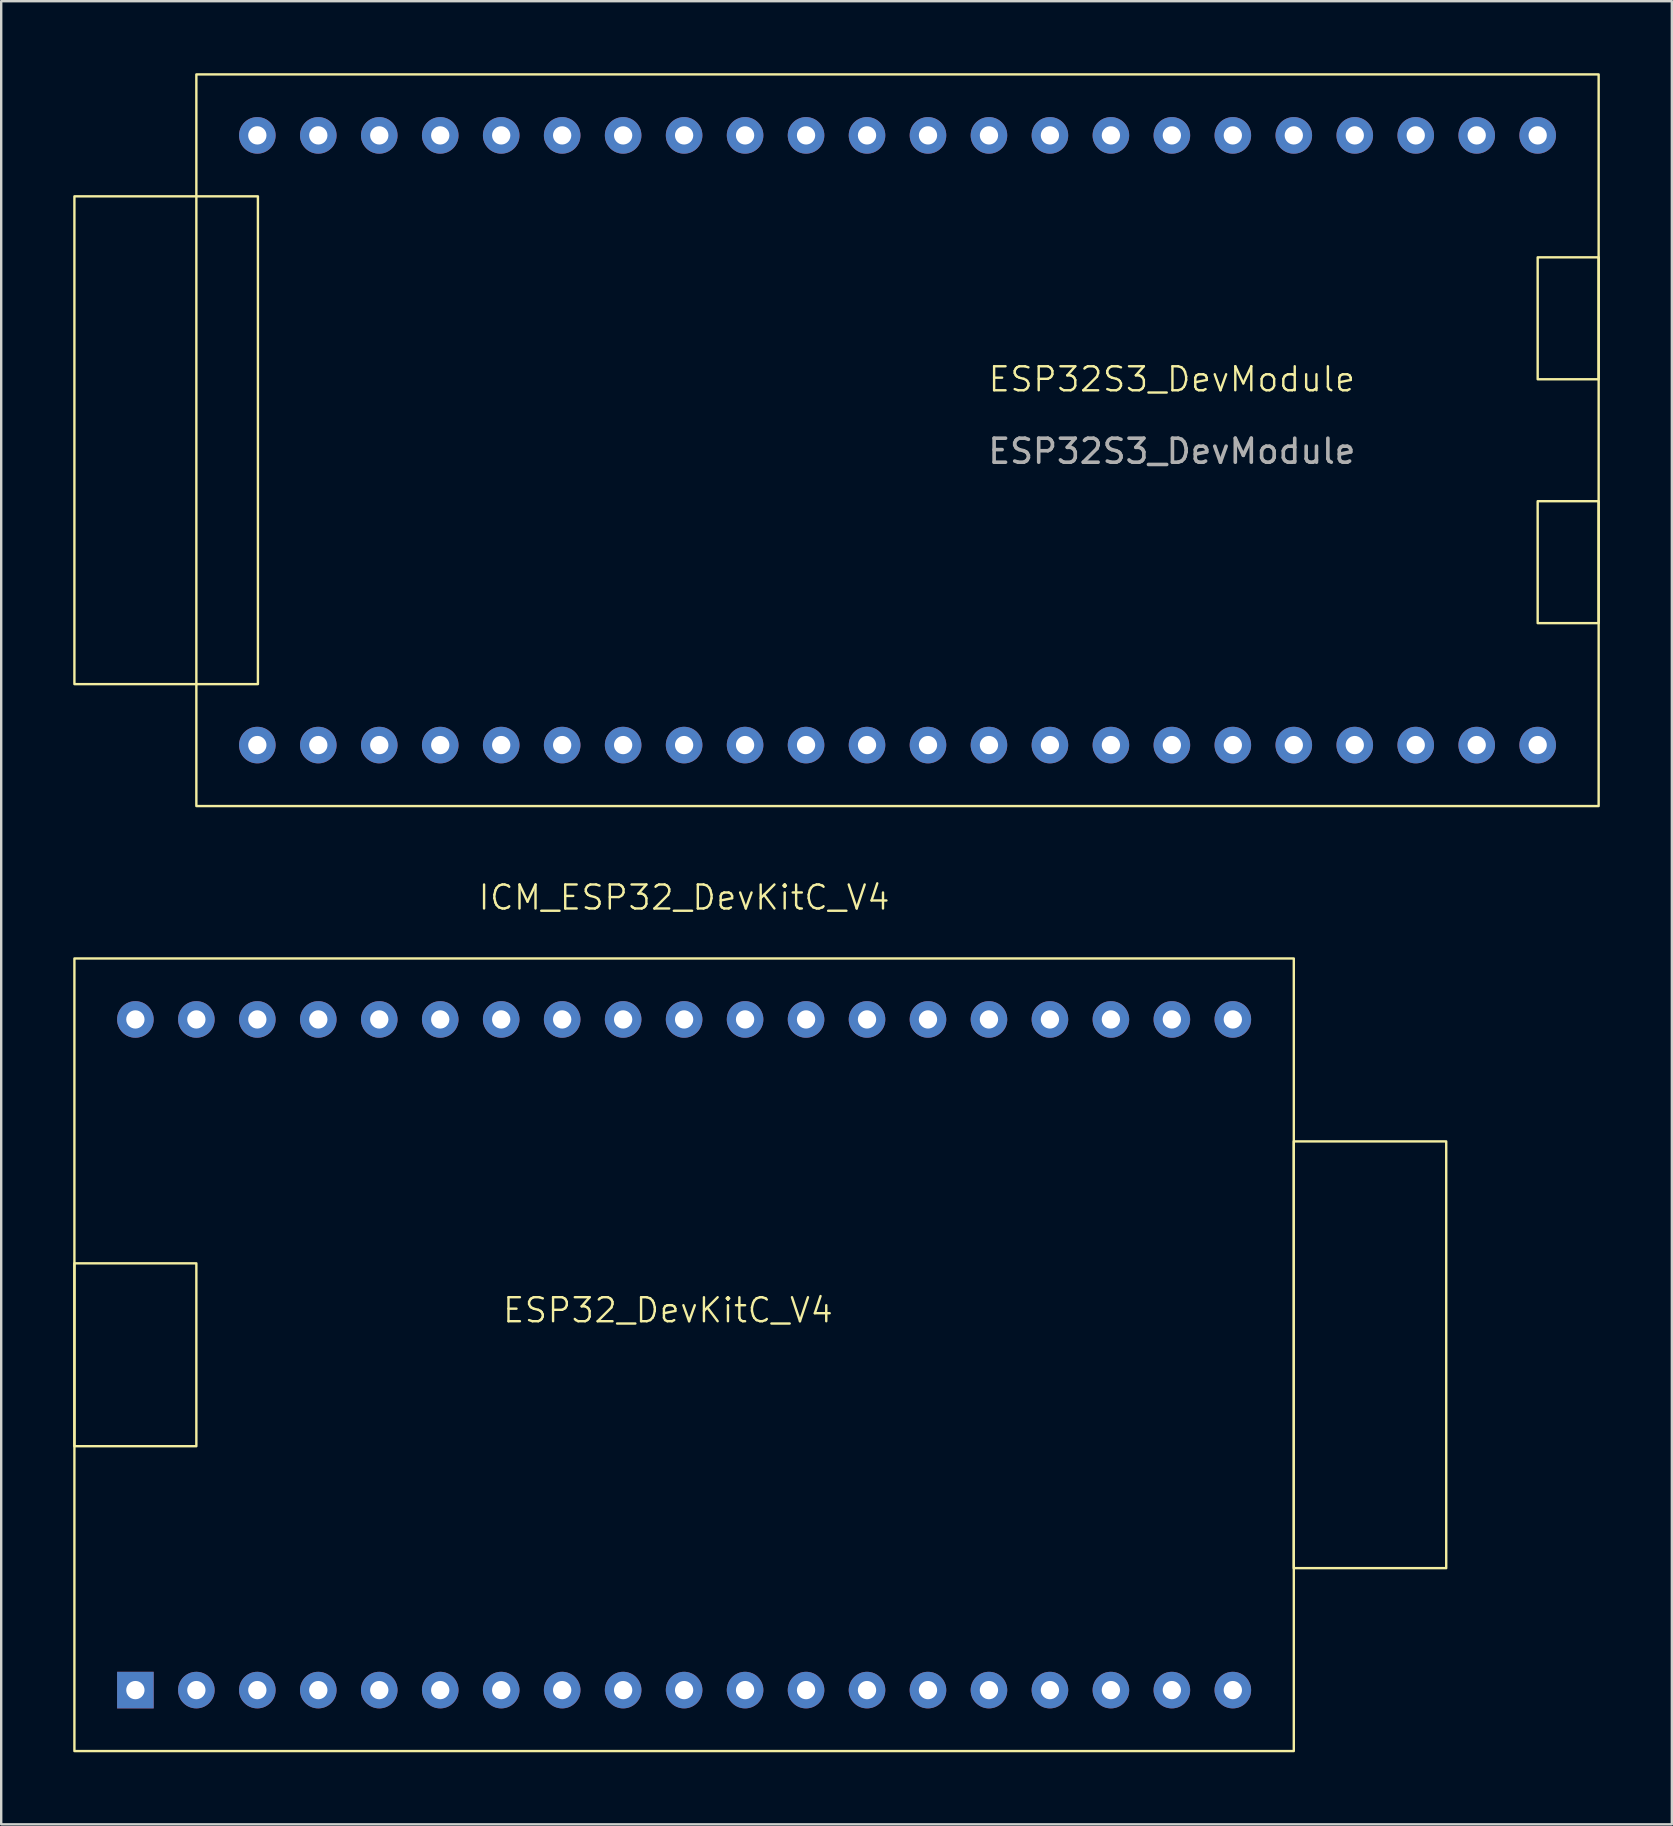
<source format=kicad_pcb>
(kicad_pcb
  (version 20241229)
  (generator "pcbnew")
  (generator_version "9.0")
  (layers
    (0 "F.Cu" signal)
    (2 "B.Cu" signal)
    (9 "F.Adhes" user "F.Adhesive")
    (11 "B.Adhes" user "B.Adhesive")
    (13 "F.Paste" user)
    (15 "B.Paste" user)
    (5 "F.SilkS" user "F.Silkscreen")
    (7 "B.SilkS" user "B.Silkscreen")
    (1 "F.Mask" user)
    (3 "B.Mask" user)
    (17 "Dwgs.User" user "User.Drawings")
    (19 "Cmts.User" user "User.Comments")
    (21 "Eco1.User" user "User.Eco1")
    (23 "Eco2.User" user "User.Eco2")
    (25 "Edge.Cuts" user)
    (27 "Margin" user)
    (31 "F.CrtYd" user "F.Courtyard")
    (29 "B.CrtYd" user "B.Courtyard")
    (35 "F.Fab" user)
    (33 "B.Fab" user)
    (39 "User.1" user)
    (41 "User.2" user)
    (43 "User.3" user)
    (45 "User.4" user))
  (footprint "ICM_ESP32_DevKitC_V4"
    (layer "F.Cu")
    (at 25.45 52.12)
    (property "Reference" "ICM_ESP32_DevKitC_V4" (at 0 -17.78 0) (unlocked yes) (layer "F.SilkS") (effects (font (size 1 1) (thickness 0.1))))
    (attr through_hole)
    (fp_rect (start -25.4 -15.24) (end 25.4 17.78) (stroke (width 0.1) (type solid)) (fill no) (layer "F.SilkS"))
    (fp_rect (start -25.4 -2.54) (end -20.32 5.08) (stroke (width 0.1) (type default)) (fill no) (layer "F.SilkS"))
    (fp_rect (start 25.4 -7.62) (end 31.75 10.16) (stroke (width 0.1) (type default)) (fill no) (layer "F.SilkS"))
    (fp_text user "ESP32_DevKitC_V4" (at -7.62 0 0) (unlocked yes) (layer "F.SilkS") (effects (font (size 1 1) (thickness 0.1)) (justify left bottom)))
    (pad "1" thru_hole rect (at -22.86 15.24) (size 1.524 1.524) (drill 0.762) (layers "*.Cu" "*.Mask"))
    (pad "2" thru_hole circle (at -20.32 15.24) (size 1.524 1.524) (drill 0.762) (layers "*.Cu" "*.Mask"))
    (pad "3" thru_hole circle (at -17.78 15.24) (size 1.524 1.524) (drill 0.762) (layers "*.Cu" "*.Mask"))
    (pad "4" thru_hole circle (at -15.24 15.24) (size 1.524 1.524) (drill 0.762) (layers "*.Cu" "*.Mask"))
    (pad "5" thru_hole circle (at -12.7 15.24) (size 1.524 1.524) (drill 0.762) (layers "*.Cu" "*.Mask"))
    (pad "6" thru_hole circle (at -10.16 15.24) (size 1.524 1.524) (drill 0.762) (layers "*.Cu" "*.Mask"))
    (pad "7" thru_hole circle (at -7.62 15.24) (size 1.524 1.524) (drill 0.762) (layers "*.Cu" "*.Mask"))
    (pad "8" thru_hole circle (at -5.08 15.24) (size 1.524 1.524) (drill 0.762) (layers "*.Cu" "*.Mask"))
    (pad "9" thru_hole circle (at -2.54 15.24) (size 1.524 1.524) (drill 0.762) (layers "*.Cu" "*.Mask"))
    (pad "10" thru_hole circle (at 0 15.24) (size 1.524 1.524) (drill 0.762) (layers "*.Cu" "*.Mask"))
    (pad "11" thru_hole circle (at 2.54 15.24) (size 1.524 1.524) (drill 0.762) (layers "*.Cu" "*.Mask"))
    (pad "12" thru_hole circle (at 5.08 15.24) (size 1.524 1.524) (drill 0.762) (layers "*.Cu" "*.Mask"))
    (pad "13" thru_hole circle (at 7.62 15.24) (size 1.524 1.524) (drill 0.762) (layers "*.Cu" "*.Mask"))
    (pad "14" thru_hole circle (at 10.16 15.24) (size 1.524 1.524) (drill 0.762) (layers "*.Cu" "*.Mask"))
    (pad "15" thru_hole circle (at 12.7 15.24) (size 1.524 1.524) (drill 0.762) (layers "*.Cu" "*.Mask"))
    (pad "16" thru_hole circle (at 15.24 15.24) (size 1.524 1.524) (drill 0.762) (layers "*.Cu" "*.Mask"))
    (pad "17" thru_hole circle (at 17.78 15.24) (size 1.524 1.524) (drill 0.762) (layers "*.Cu" "*.Mask"))
    (pad "18" thru_hole circle (at 20.32 15.24) (size 1.524 1.524) (drill 0.762) (layers "*.Cu" "*.Mask"))
    (pad "19" thru_hole circle (at 22.86 15.24) (size 1.524 1.524) (drill 0.762) (layers "*.Cu" "*.Mask"))
    (pad "20" thru_hole circle (at 22.86 -12.7) (size 1.524 1.524) (drill 0.762) (layers "*.Cu" "*.Mask"))
    (pad "21" thru_hole circle (at 20.32 -12.7) (size 1.524 1.524) (drill 0.762) (layers "*.Cu" "*.Mask"))
    (pad "22" thru_hole circle (at 17.78 -12.7) (size 1.524 1.524) (drill 0.762) (layers "*.Cu" "*.Mask"))
    (pad "23" thru_hole circle (at 15.24 -12.7) (size 1.524 1.524) (drill 0.762) (layers "*.Cu" "*.Mask"))
    (pad "24" thru_hole circle (at 12.7 -12.7) (size 1.524 1.524) (drill 0.762) (layers "*.Cu" "*.Mask"))
    (pad "25" thru_hole circle (at 10.16 -12.7) (size 1.524 1.524) (drill 0.762) (layers "*.Cu" "*.Mask"))
    (pad "26" thru_hole circle (at 7.62 -12.7) (size 1.524 1.524) (drill 0.762) (layers "*.Cu" "*.Mask"))
    (pad "27" thru_hole circle (at 5.08 -12.7) (size 1.524 1.524) (drill 0.762) (layers "*.Cu" "*.Mask"))
    (pad "28" thru_hole circle (at 2.54 -12.7) (size 1.524 1.524) (drill 0.762) (layers "*.Cu" "*.Mask"))
    (pad "29" thru_hole circle (at 0 -12.7) (size 1.524 1.524) (drill 0.762) (layers "*.Cu" "*.Mask"))
    (pad "30" thru_hole circle (at -2.54 -12.7) (size 1.524 1.524) (drill 0.762) (layers "*.Cu" "*.Mask"))
    (pad "31" thru_hole circle (at -5.08 -12.7) (size 1.524 1.524) (drill 0.762) (layers "*.Cu" "*.Mask"))
    (pad "32" thru_hole circle (at -7.62 -12.7) (size 1.524 1.524) (drill 0.762) (layers "*.Cu" "*.Mask"))
    (pad "33" thru_hole circle (at -10.16 -12.7) (size 1.524 1.524) (drill 0.762) (layers "*.Cu" "*.Mask"))
    (pad "34" thru_hole circle (at -12.7 -12.7) (size 1.524 1.524) (drill 0.762) (layers "*.Cu" "*.Mask"))
    (pad "35" thru_hole circle (at -15.24 -12.7) (size 1.524 1.524) (drill 0.762) (layers "*.Cu" "*.Mask"))
    (pad "36" thru_hole circle (at -17.78 -12.7) (size 1.524 1.524) (drill 0.762) (layers "*.Cu" "*.Mask"))
    (pad "37" thru_hole circle (at -20.32 -12.7) (size 1.524 1.524) (drill 0.762) (layers "*.Cu" "*.Mask"))
    (pad "38" thru_hole circle (at -22.86 -12.7) (size 1.524 1.524) (drill 0.762) (layers "*.Cu" "*.Mask")))
  (footprint "ESP32S3_DevModule"
    (layer "F.Cu")
    (at 35.61 15.29)
    (property "Reference" "ESP32S3_DevModule" (at 10.16 -2.54 0) (unlocked yes) (layer "F.SilkS") (effects (font (size 1 1) (thickness 0.1))))
    (attr through_hole)
    (fp_rect (start -35.56 -10.16) (end -27.915 10.16) (stroke (width 0.1) (type default)) (fill no) (layer "F.SilkS"))
    (fp_rect (start -30.48 -15.24) (end 27.94 15.24) (stroke (width 0.1) (type default)) (fill no) (layer "F.SilkS"))
    (fp_rect (start 25.4 -7.62) (end 27.94 -2.54) (stroke (width 0.1) (type default)) (fill no) (layer "F.SilkS"))
    (fp_rect (start 27.94 7.62) (end 25.4 2.54) (stroke (width 0.1) (type default)) (fill no) (layer "F.SilkS"))
    (fp_text user "${REFERENCE}" (at 10.16 0.46 0) (unlocked yes) (layer "F.Fab") (effects (font (size 1 1) (thickness 0.15))))
    (pad "1" thru_hole circle (at -27.94 12.7) (size 1.524 1.524) (drill 0.762) (layers "*.Cu" "*.Mask"))
    (pad "2" thru_hole circle (at -25.4 12.7) (size 1.524 1.524) (drill 0.762) (layers "*.Cu" "*.Mask"))
    (pad "3" thru_hole circle (at -22.86 12.7) (size 1.524 1.524) (drill 0.762) (layers "*.Cu" "*.Mask"))
    (pad "4" thru_hole circle (at -20.32 12.7) (size 1.524 1.524) (drill 0.762) (layers "*.Cu" "*.Mask"))
    (pad "5" thru_hole circle (at -17.78 12.7) (size 1.524 1.524) (drill 0.762) (layers "*.Cu" "*.Mask"))
    (pad "6" thru_hole circle (at -15.24 12.7) (size 1.524 1.524) (drill 0.762) (layers "*.Cu" "*.Mask"))
    (pad "7" thru_hole circle (at -12.7 12.7) (size 1.524 1.524) (drill 0.762) (layers "*.Cu" "*.Mask"))
    (pad "8" thru_hole circle (at -10.16 12.7) (size 1.524 1.524) (drill 0.762) (layers "*.Cu" "*.Mask"))
    (pad "9" thru_hole circle (at -7.62 12.7) (size 1.524 1.524) (drill 0.762) (layers "*.Cu" "*.Mask"))
    (pad "10" thru_hole circle (at -5.08 12.7) (size 1.524 1.524) (drill 0.762) (layers "*.Cu" "*.Mask"))
    (pad "11" thru_hole circle (at -2.54 12.7) (size 1.524 1.524) (drill 0.762) (layers "*.Cu" "*.Mask"))
    (pad "12" thru_hole circle (at 0 12.7) (size 1.524 1.524) (drill 0.762) (layers "*.Cu" "*.Mask"))
    (pad "13" thru_hole circle (at 2.54 12.7) (size 1.524 1.524) (drill 0.762) (layers "*.Cu" "*.Mask"))
    (pad "14" thru_hole circle (at 5.08 12.7) (size 1.524 1.524) (drill 0.762) (layers "*.Cu" "*.Mask"))
    (pad "15" thru_hole circle (at 7.62 12.7) (size 1.524 1.524) (drill 0.762) (layers "*.Cu" "*.Mask"))
    (pad "16" thru_hole circle (at 10.16 12.7) (size 1.524 1.524) (drill 0.762) (layers "*.Cu" "*.Mask"))
    (pad "17" thru_hole circle (at 12.7 12.7) (size 1.524 1.524) (drill 0.762) (layers "*.Cu" "*.Mask"))
    (pad "18" thru_hole circle (at 15.24 12.7) (size 1.524 1.524) (drill 0.762) (layers "*.Cu" "*.Mask"))
    (pad "19" thru_hole circle (at 17.78 12.7) (size 1.524 1.524) (drill 0.762) (layers "*.Cu" "*.Mask"))
    (pad "20" thru_hole circle (at 20.32 12.7) (size 1.524 1.524) (drill 0.762) (layers "*.Cu" "*.Mask"))
    (pad "21" thru_hole circle (at 22.86 12.7) (size 1.524 1.524) (drill 0.762) (layers "*.Cu" "*.Mask"))
    (pad "22" thru_hole circle (at 25.4 12.7) (size 1.524 1.524) (drill 0.762) (layers "*.Cu" "*.Mask"))
    (pad "23" thru_hole circle (at 25.4 -12.7) (size 1.524 1.524) (drill 0.762) (layers "*.Cu" "*.Mask"))
    (pad "24" thru_hole circle (at 22.86 -12.7) (size 1.524 1.524) (drill 0.762) (layers "*.Cu" "*.Mask"))
    (pad "25" thru_hole circle (at 20.32 -12.7) (size 1.524 1.524) (drill 0.762) (layers "*.Cu" "*.Mask"))
    (pad "26" thru_hole circle (at 17.78 -12.7) (size 1.524 1.524) (drill 0.762) (layers "*.Cu" "*.Mask"))
    (pad "27" thru_hole circle (at 15.24 -12.7) (size 1.524 1.524) (drill 0.762) (layers "*.Cu" "*.Mask"))
    (pad "28" thru_hole circle (at 12.7 -12.7) (size 1.524 1.524) (drill 0.762) (layers "*.Cu" "*.Mask"))
    (pad "29" thru_hole circle (at 10.16 -12.7) (size 1.524 1.524) (drill 0.762) (layers "*.Cu" "*.Mask"))
    (pad "30" thru_hole circle (at 7.62 -12.7) (size 1.524 1.524) (drill 0.762) (layers "*.Cu" "*.Mask"))
    (pad "31" thru_hole circle (at 5.08 -12.7) (size 1.524 1.524) (drill 0.762) (layers "*.Cu" "*.Mask"))
    (pad "32" thru_hole circle (at 2.54 -12.7) (size 1.524 1.524) (drill 0.762) (layers "*.Cu" "*.Mask"))
    (pad "33" thru_hole circle (at 0 -12.7) (size 1.524 1.524) (drill 0.762) (layers "*.Cu" "*.Mask"))
    (pad "34" thru_hole circle (at -2.54 -12.7) (size 1.524 1.524) (drill 0.762) (layers "*.Cu" "*.Mask"))
    (pad "35" thru_hole circle (at -5.08 -12.7) (size 1.524 1.524) (drill 0.762) (layers "*.Cu" "*.Mask"))
    (pad "36" thru_hole circle (at -7.62 -12.7) (size 1.524 1.524) (drill 0.762) (layers "*.Cu" "*.Mask"))
    (pad "37" thru_hole circle (at -10.16 -12.7) (size 1.524 1.524) (drill 0.762) (layers "*.Cu" "*.Mask"))
    (pad "38" thru_hole circle (at -12.7 -12.7) (size 1.524 1.524) (drill 0.762) (layers "*.Cu" "*.Mask"))
    (pad "39" thru_hole circle (at -15.24 -12.7) (size 1.524 1.524) (drill 0.762) (layers "*.Cu" "*.Mask"))
    (pad "40" thru_hole circle (at -17.78 -12.7) (size 1.524 1.524) (drill 0.762) (layers "*.Cu" "*.Mask"))
    (pad "41" thru_hole circle (at -20.32 -12.7) (size 1.524 1.524) (drill 0.762) (layers "*.Cu" "*.Mask"))
    (pad "42" thru_hole circle (at -22.86 -12.7) (size 1.524 1.524) (drill 0.762) (layers "*.Cu" "*.Mask"))
    (pad "43" thru_hole circle (at -25.4 -12.7) (size 1.524 1.524) (drill 0.762) (layers "*.Cu" "*.Mask"))
    (pad "44" thru_hole circle (at -27.94 -12.7) (size 1.524 1.524) (drill 0.762) (layers "*.Cu" "*.Mask")))
  (gr_rect
    (start -3 -3)
    (end 66.6 72.951)
    (stroke (width 0.1) (type default))
    (fill no)
    (layer "Edge.Cuts")))
</source>
